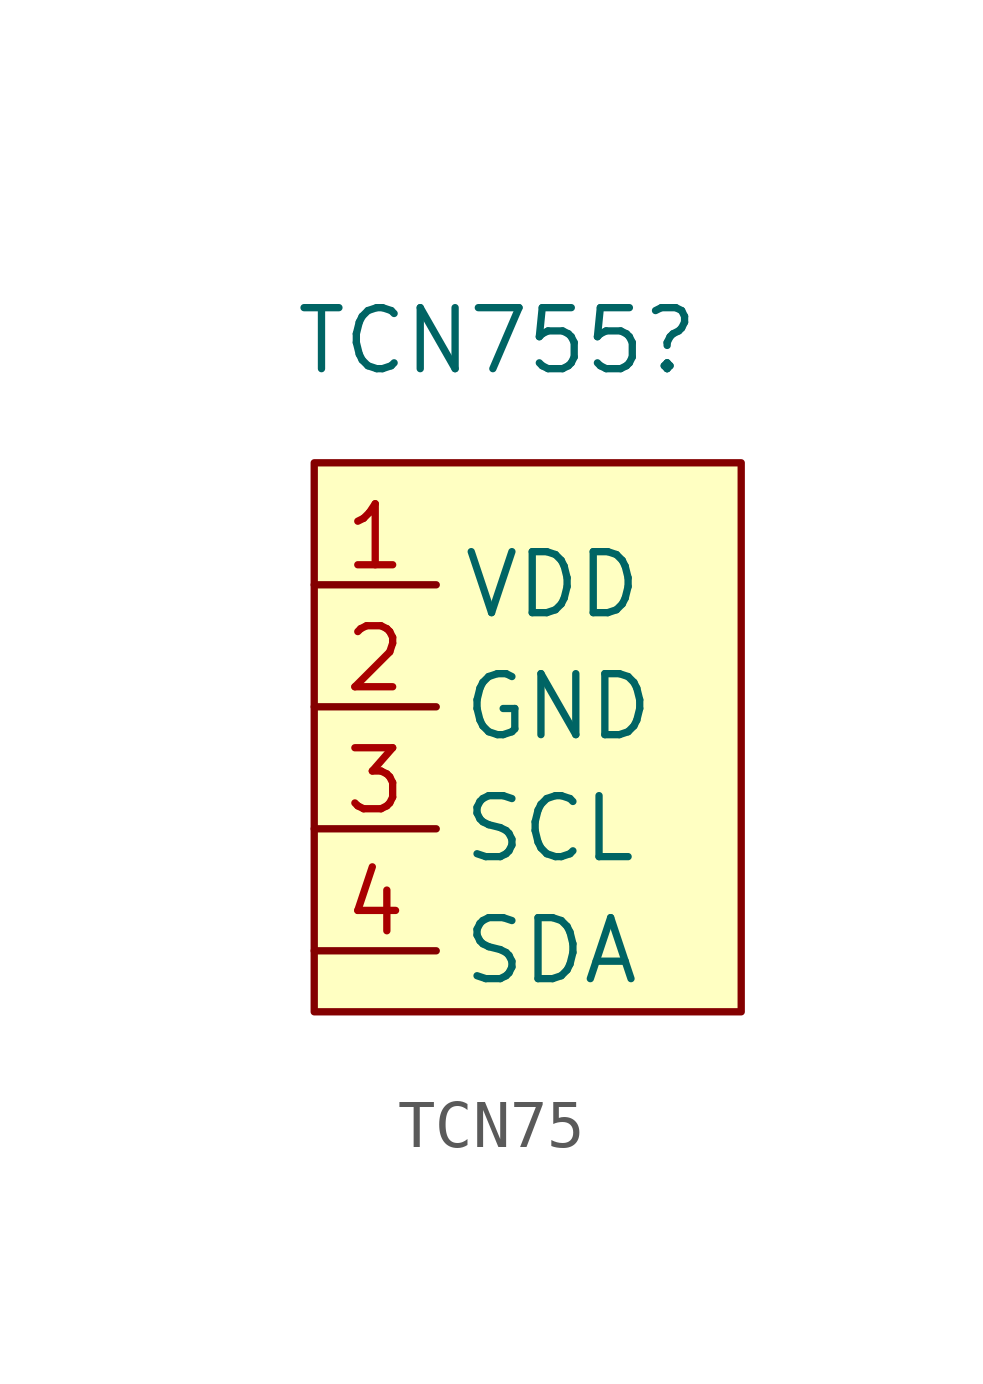
<source format=kicad_sym>
(kicad_symbol_lib
  (version 20220914)
  (generator kicad_symbol_editor)
  (symbol "TCN75"
    (property "Reference" "TCN755"
      (at 3.81 1.27 0)
      (effects (font (size 1.27 1.27))))
    (property "Value" ""
      (at -1.27 2.54 0)
      (effects (font (size 1.27 1.27))))
    (symbol "TCN75_1_1"
      (rectangle (start 0 -1.27) (end 8.89 -12.7) (stroke (width 0) (type default)) (fill (type background)))
      (pin input line (at 0 -3.81 0) (length 2.54) (name "VDD" (effects (font (size 1.27 1.27)))) (number "1" (effects (font (size 1.27 1.27)))))
      (pin input line (at 0 -6.35 0) (length 2.54) (name "GND" (effects (font (size 1.27 1.27)))) (number "2" (effects (font (size 1.27 1.27)))))
      (pin input line (at 0 -8.89 0) (length 2.54) (name "SCL" (effects (font (size 1.27 1.27)))) (number "3" (effects (font (size 1.27 1.27)))))
      (pin bidirectional line (at 0 -11.43 0) (length 2.54) (name "SDA" (effects (font (size 1.27 1.27)))) (number "4" (effects (font (size 1.27 1.27))))))))
</source>
